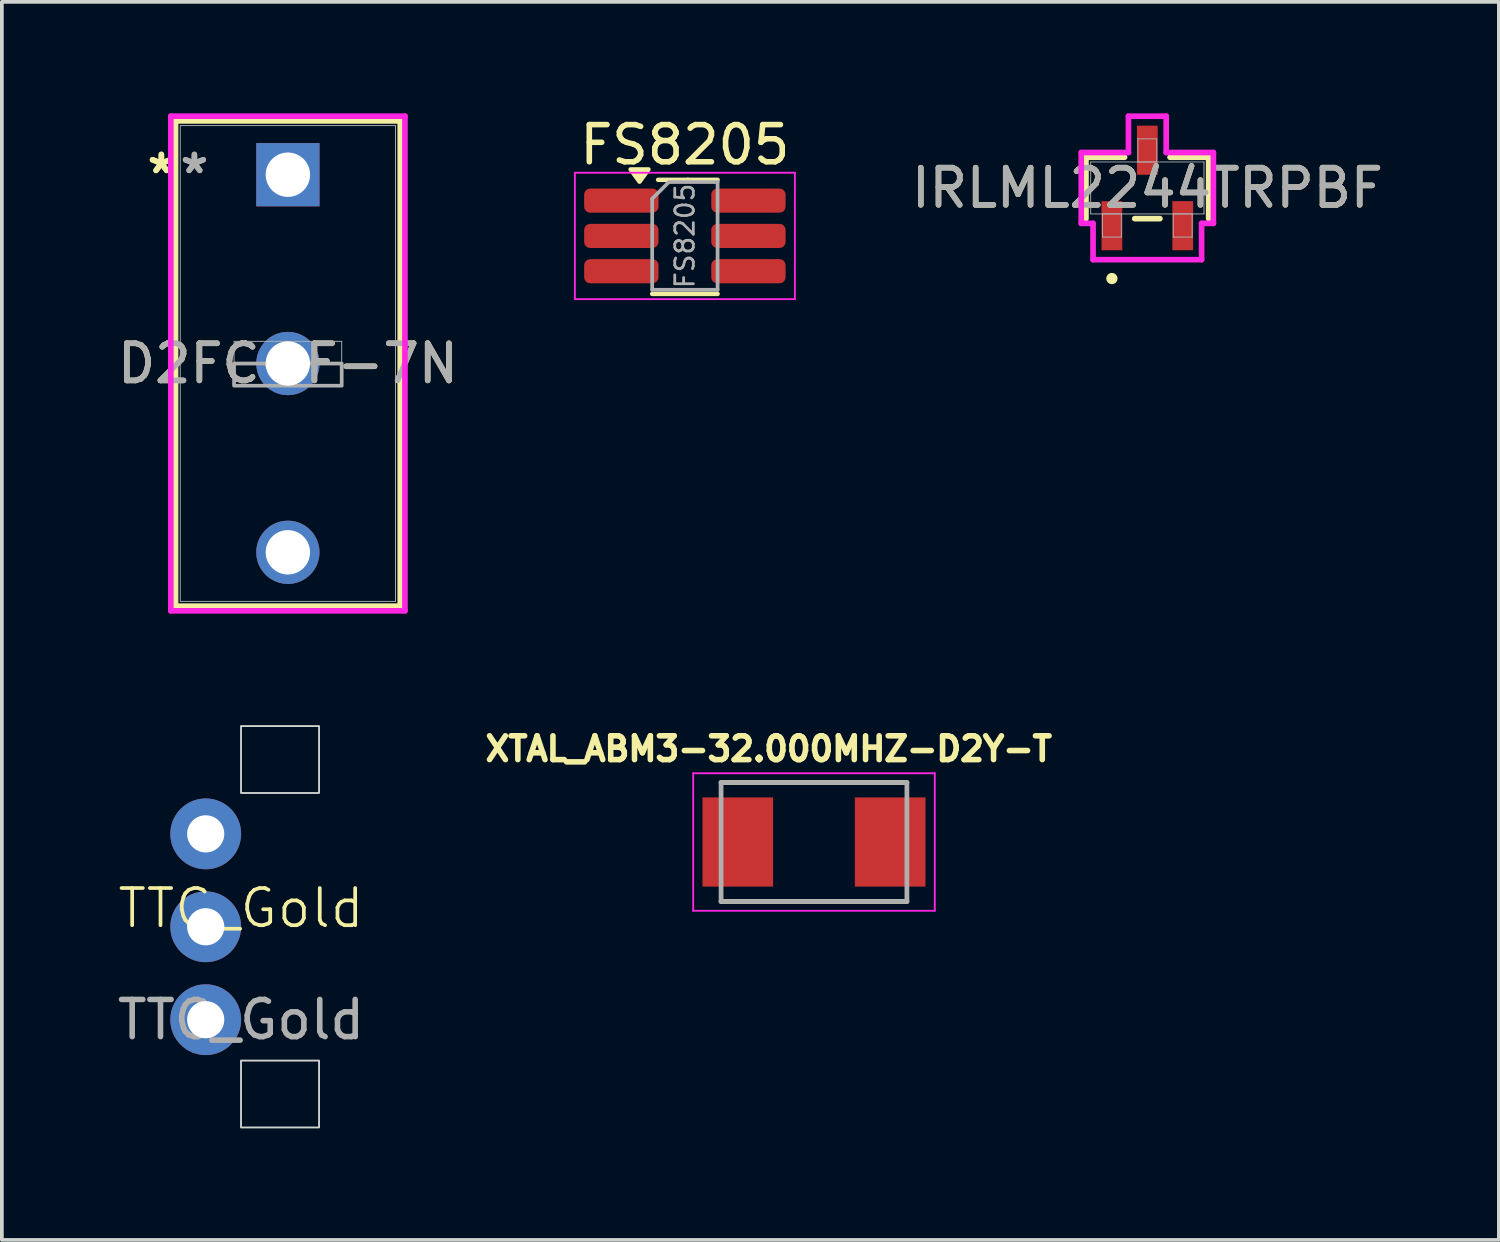
<source format=kicad_pcb>
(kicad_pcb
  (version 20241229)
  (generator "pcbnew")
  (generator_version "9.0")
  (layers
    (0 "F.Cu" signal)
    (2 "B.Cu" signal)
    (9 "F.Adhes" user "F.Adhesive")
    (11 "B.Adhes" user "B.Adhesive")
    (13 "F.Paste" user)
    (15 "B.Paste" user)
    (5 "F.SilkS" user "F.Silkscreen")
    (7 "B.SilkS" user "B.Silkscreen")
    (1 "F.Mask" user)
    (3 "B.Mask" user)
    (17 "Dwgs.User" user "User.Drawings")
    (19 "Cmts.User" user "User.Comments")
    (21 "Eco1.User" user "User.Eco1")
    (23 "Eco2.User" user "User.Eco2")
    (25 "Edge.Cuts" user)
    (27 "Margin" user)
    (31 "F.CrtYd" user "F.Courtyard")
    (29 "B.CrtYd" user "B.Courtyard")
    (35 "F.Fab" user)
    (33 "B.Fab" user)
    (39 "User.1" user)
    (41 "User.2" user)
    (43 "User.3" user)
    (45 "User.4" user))
  (footprint "XTAL_ABM3-32.000MHZ-D2Y-T"
    (layer "F.Cu")
    (at 18.852 19.606)
    (property "Reference" "XTAL_ABM3-32.000MHZ-D2Y-T" (at -1.218 -2.506 0) (layer "F.SilkS") (effects (font (size 0.64 0.64) (thickness 0.15))))
    (attr smd)
    (fp_line (start -2.5 -1.6) (end 2.5 -1.6) (stroke (width 0.127) (type solid)) (layer "F.SilkS"))
    (fp_line (start -2.5 1.6) (end 2.5 1.6) (stroke (width 0.127) (type solid)) (layer "F.SilkS"))
    (fp_line (start -3.25 -1.85) (end -3.25 1.85) (stroke (width 0.05) (type solid)) (layer "F.CrtYd"))
    (fp_line (start -3.25 1.85) (end 3.25 1.85) (stroke (width 0.05) (type solid)) (layer "F.CrtYd"))
    (fp_line (start 3.25 -1.85) (end -3.25 -1.85) (stroke (width 0.05) (type solid)) (layer "F.CrtYd"))
    (fp_line (start 3.25 1.85) (end 3.25 -1.85) (stroke (width 0.05) (type solid)) (layer "F.CrtYd"))
    (fp_line (start -2.5 -1.6) (end -2.5 1.6) (stroke (width 0.127) (type solid)) (layer "F.Fab"))
    (fp_line (start -2.5 -1.6) (end 2.5 -1.6) (stroke (width 0.127) (type solid)) (layer "F.Fab"))
    (fp_line (start -2.5 1.6) (end 2.5 1.6) (stroke (width 0.127) (type solid)) (layer "F.Fab"))
    (fp_line (start 2.5 -1.6) (end 2.5 1.6) (stroke (width 0.127) (type solid)) (layer "F.Fab"))
    (pad "1" smd rect (at -2.05 0) (size 1.9 2.4) (layers "F.Cu" "F.Mask" "F.Paste"))
    (pad "2" smd rect (at 2.05 0) (size 1.9 2.4) (layers "F.Cu" "F.Mask" "F.Paste")))
  (footprint "D2FC-F-7N"
    (layer "F.Cu")
    (at 4.696 1.651)
    (property "Reference" "D2FC-F-7N" (at 0 5.08 0) (unlocked yes) (layer "F.SilkS") (effects (font (size 1 1) (thickness 0.15))))
    (attr through_hole)
    (fp_line (start -3.023 -1.448) (end -3.023 11.608) (stroke (width 0.152) (type solid)) (layer "F.SilkS"))
    (fp_line (start -3.023 11.608) (end 3.023 11.608) (stroke (width 0.152) (type solid)) (layer "F.SilkS"))
    (fp_line (start 3.023 -1.448) (end -3.023 -1.448) (stroke (width 0.152) (type solid)) (layer "F.SilkS"))
    (fp_line (start 3.023 11.608) (end 3.023 -1.448) (stroke (width 0.152) (type solid)) (layer "F.SilkS"))
    (fp_line (start -3.15 -1.575) (end -3.15 11.735) (stroke (width 0.152) (type solid)) (layer "F.CrtYd"))
    (fp_line (start -3.15 11.735) (end 3.15 11.735) (stroke (width 0.152) (type solid)) (layer "F.CrtYd"))
    (fp_line (start 3.15 -1.575) (end -3.15 -1.575) (stroke (width 0.152) (type solid)) (layer "F.CrtYd"))
    (fp_line (start 3.15 11.735) (end 3.15 -1.575) (stroke (width 0.152) (type solid)) (layer "F.CrtYd"))
    (fp_line (start -2.896 -1.321) (end -2.896 11.481) (stroke (width 0.025) (type solid)) (layer "F.Fab"))
    (fp_line (start -2.896 11.481) (end 2.896 11.481) (stroke (width 0.025) (type solid)) (layer "F.Fab"))
    (fp_line (start -1.448 4.483) (end 1.448 4.483) (stroke (width 0.025) (type solid)) (layer "F.Fab"))
    (fp_line (start -1.448 5.677) (end -1.448 4.483) (stroke (width 0.025) (type solid)) (layer "F.Fab"))
    (fp_line (start 1.448 4.483) (end 1.448 5.677) (stroke (width 0.025) (type solid)) (layer "F.Fab"))
    (fp_line (start 1.448 5.677) (end -1.448 5.677) (stroke (width 0.025) (type solid)) (layer "F.Fab"))
    (fp_line (start 2.896 -1.321) (end -2.896 -1.321) (stroke (width 0.025) (type solid)) (layer "F.Fab"))
    (fp_line (start 2.896 11.481) (end 2.896 -1.321) (stroke (width 0.025) (type solid)) (layer "F.Fab"))
    (fp_poly (pts (xy -1.448 5.677) (xy -1.448 5.08) (xy 1.448 5.08) (xy 1.448 5.677)) (stroke (width 0.1) (type solid)) (fill no) (layer "F.Fab"))
    (fp_text user "*" (at -3.404 0 0) (unlocked yes) (layer "F.SilkS") (effects (font (size 1 1) (thickness 0.15))))
    (fp_text user "*" (at -3.404 0 0) (layer "F.SilkS") (effects (font (size 1 1) (thickness 0.15))))
    (fp_text user "${REFERENCE}" (at 0 5.08 0) (unlocked yes) (layer "F.Fab") (effects (font (size 1 1) (thickness 0.15))))
    (fp_text user "*" (at -2.515 0 0) (layer "F.Fab") (effects (font (size 1 1) (thickness 0.15))))
    (fp_text user "*" (at -2.515 0 0) (unlocked yes) (layer "F.Fab") (effects (font (size 1 1) (thickness 0.15))))
    (pad "1" thru_hole rect (at 0 0) (size 1.702 1.702) (drill 1.194) (layers "*.Cu" "*.Mask"))
    (pad "2" thru_hole circle (at 0 5.08) (size 1.702 1.702) (drill 1.194) (layers "*.Cu" "*.Mask"))
    (pad "3" thru_hole circle (at 0 10.16) (size 1.702 1.702) (drill 1.194) (layers "*.Cu" "*.Mask")))
  (footprint "IRLML2244TRPBF"
    (layer "F.Cu")
    (at 27.821 2.007)
    (property "Reference" "IRLML2244TRPBF" (at 0 0 0) (unlocked yes) (layer "F.SilkS") (effects (font (size 1 1) (thickness 0.15))))
    (attr smd)
    (fp_line (start -1.651 -0.826) (end -1.651 0.826) (stroke (width 0.152) (type solid)) (layer "F.SilkS"))
    (fp_line (start -0.612 -0.826) (end -1.651 -0.826) (stroke (width 0.152) (type solid)) (layer "F.SilkS"))
    (fp_line (start -0.34 0.826) (end 0.34 0.826) (stroke (width 0.152) (type solid)) (layer "F.SilkS"))
    (fp_line (start 1.651 -0.826) (end 0.612 -0.826) (stroke (width 0.152) (type solid)) (layer "F.SilkS"))
    (fp_line (start 1.651 0.826) (end 1.651 -0.826) (stroke (width 0.152) (type solid)) (layer "F.SilkS"))
    (fp_circle (center -0.953 2.438) (end -0.876 2.438) (stroke (width 0.152) (type solid)) (fill no) (layer "F.SilkS"))
    (fp_line (start -1.778 -0.953) (end -0.508 -0.953) (stroke (width 0.152) (type solid)) (layer "F.CrtYd"))
    (fp_line (start -1.778 0.953) (end -1.778 -0.953) (stroke (width 0.152) (type solid)) (layer "F.CrtYd"))
    (fp_line (start -1.778 0.953) (end -1.46 0.953) (stroke (width 0.152) (type solid)) (layer "F.CrtYd"))
    (fp_line (start -1.46 0.953) (end -1.46 1.93) (stroke (width 0.152) (type solid)) (layer "F.CrtYd"))
    (fp_line (start -1.46 1.93) (end 1.46 1.93) (stroke (width 0.152) (type solid)) (layer "F.CrtYd"))
    (fp_line (start -0.508 -1.93) (end 0.508 -1.93) (stroke (width 0.152) (type solid)) (layer "F.CrtYd"))
    (fp_line (start -0.508 -0.953) (end -0.508 -1.93) (stroke (width 0.152) (type solid)) (layer "F.CrtYd"))
    (fp_line (start 0.508 -0.953) (end 0.508 -1.93) (stroke (width 0.152) (type solid)) (layer "F.CrtYd"))
    (fp_line (start 1.46 0.953) (end 1.46 1.93) (stroke (width 0.152) (type solid)) (layer "F.CrtYd"))
    (fp_line (start 1.778 -0.953) (end 0.508 -0.953) (stroke (width 0.152) (type solid)) (layer "F.CrtYd"))
    (fp_line (start 1.778 -0.953) (end 1.778 0.953) (stroke (width 0.152) (type solid)) (layer "F.CrtYd"))
    (fp_line (start 1.778 0.953) (end 1.46 0.953) (stroke (width 0.152) (type solid)) (layer "F.CrtYd"))
    (fp_line (start -1.524 -0.699) (end -1.524 0.699) (stroke (width 0.025) (type solid)) (layer "F.Fab"))
    (fp_line (start -1.524 0.699) (end 1.524 0.699) (stroke (width 0.025) (type solid)) (layer "F.Fab"))
    (fp_line (start -1.206 0.699) (end -1.206 1.321) (stroke (width 0.025) (type solid)) (layer "F.Fab"))
    (fp_line (start -1.206 1.321) (end -0.699 1.321) (stroke (width 0.025) (type solid)) (layer "F.Fab"))
    (fp_line (start -0.699 0.699) (end -1.206 0.699) (stroke (width 0.025) (type solid)) (layer "F.Fab"))
    (fp_line (start -0.699 1.321) (end -0.699 0.699) (stroke (width 0.025) (type solid)) (layer "F.Fab"))
    (fp_line (start -0.254 -1.321) (end -0.254 -0.699) (stroke (width 0.025) (type solid)) (layer "F.Fab"))
    (fp_line (start -0.254 -0.699) (end 0.254 -0.699) (stroke (width 0.025) (type solid)) (layer "F.Fab"))
    (fp_line (start 0.254 -1.321) (end -0.254 -1.321) (stroke (width 0.025) (type solid)) (layer "F.Fab"))
    (fp_line (start 0.254 -0.699) (end 0.254 -1.321) (stroke (width 0.025) (type solid)) (layer "F.Fab"))
    (fp_line (start 0.699 0.699) (end 0.699 1.321) (stroke (width 0.025) (type solid)) (layer "F.Fab"))
    (fp_line (start 0.699 1.321) (end 1.206 1.321) (stroke (width 0.025) (type solid)) (layer "F.Fab"))
    (fp_line (start 1.206 0.699) (end 0.699 0.699) (stroke (width 0.025) (type solid)) (layer "F.Fab"))
    (fp_line (start 1.206 1.321) (end 1.206 0.699) (stroke (width 0.025) (type solid)) (layer "F.Fab"))
    (fp_line (start 1.524 -0.699) (end -1.524 -0.699) (stroke (width 0.025) (type solid)) (layer "F.Fab"))
    (fp_line (start 1.524 0.699) (end 1.524 -0.699) (stroke (width 0.025) (type solid)) (layer "F.Fab"))
    (fp_circle (center -0.953 0.445) (end -0.876 0.445) (stroke (width 0.025) (type solid)) (fill no) (layer "F.Fab"))
    (fp_text user "${REFERENCE}" (at 0 0 0) (unlocked yes) (layer "F.Fab") (effects (font (size 1 1) (thickness 0.15))))
    (pad "1" smd rect (at -0.953 1.016) (size 0.559 1.321) (layers "F.Cu" "F.Mask" "F.Paste"))
    (pad "2" smd rect (at 0.953 1.016) (size 0.559 1.321) (layers "F.Cu" "F.Mask" "F.Paste"))
    (pad "3" smd rect (at 0 -1.016) (size 0.559 1.321) (layers "F.Cu" "F.Mask" "F.Paste")))
  (footprint "FS8205"
    (layer "F.Cu")
    (at 15.378 3.298)
    (property "Reference" "FS8205" (at 0 -2.45 0) (layer "F.SilkS") (effects (font (size 1 1) (thickness 0.15))))
    (attr smd)
    (fp_line (start -0.88 1.56) (end 0.88 1.56) (stroke (width 0.12) (type solid)) (layer "F.SilkS"))
    (fp_line (start 0.08 -1.51) (end -0.72 -1.51) (stroke (width 0.12) (type solid)) (layer "F.SilkS"))
    (fp_line (start 0.08 -1.51) (end 0.88 -1.51) (stroke (width 0.12) (type solid)) (layer "F.SilkS"))
    (fp_poly (pts (xy -1.22 -1.46) (xy -1.46 -1.79) (xy -0.98 -1.79) (xy -1.22 -1.46)) (stroke (width 0.12) (type solid)) (fill yes) (layer "F.SilkS"))
    (fp_line (start -2.96 -1.7) (end -2.96 1.7) (stroke (width 0.05) (type solid)) (layer "F.CrtYd"))
    (fp_line (start -2.96 -1.7) (end 2.96 -1.7) (stroke (width 0.05) (type solid)) (layer "F.CrtYd"))
    (fp_line (start 2.96 1.7) (end -2.96 1.7) (stroke (width 0.05) (type solid)) (layer "F.CrtYd"))
    (fp_line (start 2.96 1.7) (end 2.96 -1.7) (stroke (width 0.05) (type solid)) (layer "F.CrtYd"))
    (fp_line (start -0.88 -1) (end -0.88 1.45) (stroke (width 0.1) (type solid)) (layer "F.Fab"))
    (fp_line (start -0.88 -1) (end -0.43 -1.45) (stroke (width 0.1) (type solid)) (layer "F.Fab"))
    (fp_line (start 0.88 -1.45) (end -0.43 -1.45) (stroke (width 0.1) (type solid)) (layer "F.Fab"))
    (fp_line (start 0.88 -1.45) (end 0.88 1.45) (stroke (width 0.1) (type solid)) (layer "F.Fab"))
    (fp_line (start 0.88 1.45) (end -0.88 1.45) (stroke (width 0.1) (type solid)) (layer "F.Fab"))
    (fp_text user "${REFERENCE}" (at 0 0 90) (layer "F.Fab") (effects (font (size 0.5 0.5) (thickness 0.075))))
    (pad "1" smd roundrect (at -1.71 -0.95) (size 2 0.65) (layers "F.Cu" "F.Mask" "F.Paste") (roundrect_rratio 0.25))
    (pad "2" smd roundrect (at -1.71 0) (size 2 0.65) (layers "F.Cu" "F.Mask" "F.Paste") (roundrect_rratio 0.25))
    (pad "3" smd roundrect (at -1.71 0.95) (size 2 0.65) (layers "F.Cu" "F.Mask" "F.Paste") (roundrect_rratio 0.25))
    (pad "4" smd roundrect (at 1.71 0.95) (size 2 0.65) (layers "F.Cu" "F.Mask" "F.Paste") (roundrect_rratio 0.25))
    (pad "5" smd roundrect (at 1.71 0) (size 2 0.65) (layers "F.Cu" "F.Mask" "F.Paste") (roundrect_rratio 0.25))
    (pad "6" smd roundrect (at 1.71 -0.95) (size 2 0.65) (layers "F.Cu" "F.Mask" "F.Paste") (roundrect_rratio 0.25)))
  (footprint "TTC_Gold"
    (layer "F.Cu")
    (at 3.435 21.887)
    (property "Reference" "TTC_Gold" (at 0 -0.5 0) (unlocked yes) (layer "F.SilkS") (effects (font (size 1 1) (thickness 0.1))))
    (attr smd)
    (fp_rect (start 0 -5.4) (end 2.1 -3.6) (stroke (width 0.05) (type solid)) (fill no) (layer "Edge.Cuts"))
    (fp_rect (start 0 3.6) (end 2.1 5.4) (stroke (width 0.05) (type solid)) (fill no) (layer "Edge.Cuts"))
    (fp_text user "${REFERENCE}" (at 0 2.5 0) (unlocked yes) (layer "F.Fab") (effects (font (size 1 1) (thickness 0.15))))
    (pad "1" thru_hole circle (at -0.95 -2.5) (size 1.905 1.905) (drill 1) (layers "*.Cu" "*.Mask"))
    (pad "2" thru_hole circle (at -0.95 0) (size 1.905 1.905) (drill 1) (layers "*.Cu" "*.Mask"))
    (pad "3" thru_hole circle (at -0.95 2.5) (size 1.905 1.905) (drill 1) (layers "*.Cu" "F.Mask")))
  (gr_rect
    (start -3 -3)
    (end 37.28 30.312)
    (stroke (width 0.1) (type default))
    (fill no)
    (layer "Edge.Cuts")))
</source>
